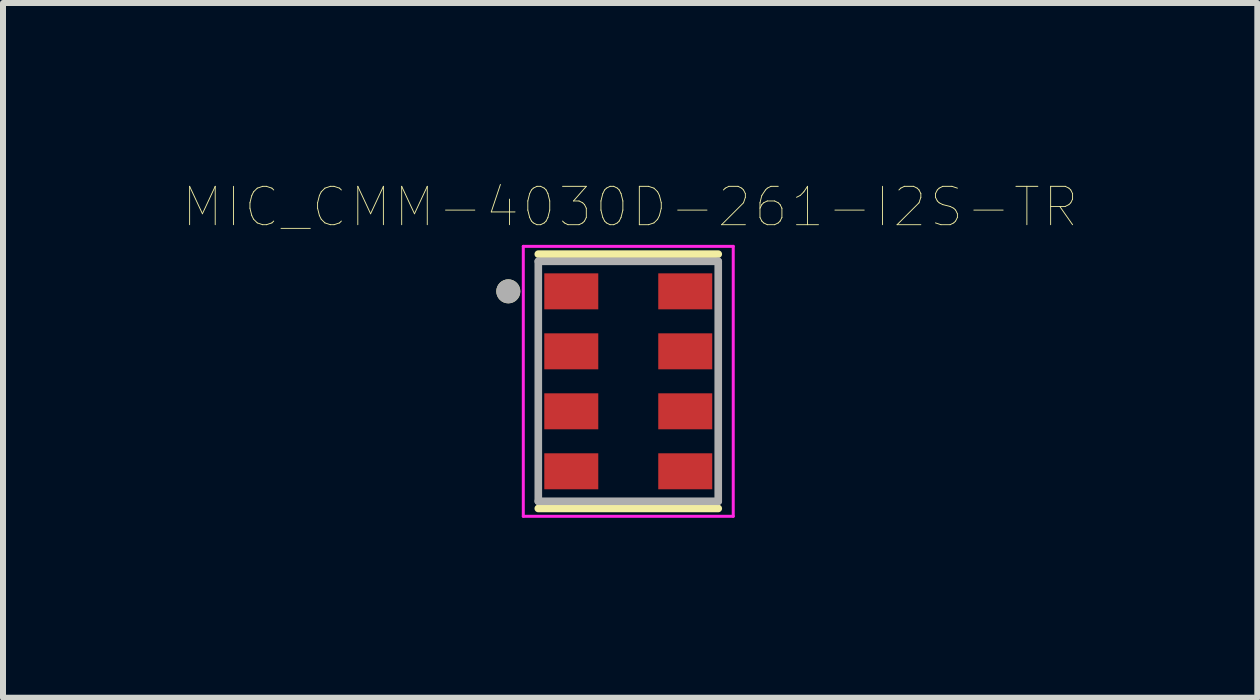
<source format=kicad_pcb>
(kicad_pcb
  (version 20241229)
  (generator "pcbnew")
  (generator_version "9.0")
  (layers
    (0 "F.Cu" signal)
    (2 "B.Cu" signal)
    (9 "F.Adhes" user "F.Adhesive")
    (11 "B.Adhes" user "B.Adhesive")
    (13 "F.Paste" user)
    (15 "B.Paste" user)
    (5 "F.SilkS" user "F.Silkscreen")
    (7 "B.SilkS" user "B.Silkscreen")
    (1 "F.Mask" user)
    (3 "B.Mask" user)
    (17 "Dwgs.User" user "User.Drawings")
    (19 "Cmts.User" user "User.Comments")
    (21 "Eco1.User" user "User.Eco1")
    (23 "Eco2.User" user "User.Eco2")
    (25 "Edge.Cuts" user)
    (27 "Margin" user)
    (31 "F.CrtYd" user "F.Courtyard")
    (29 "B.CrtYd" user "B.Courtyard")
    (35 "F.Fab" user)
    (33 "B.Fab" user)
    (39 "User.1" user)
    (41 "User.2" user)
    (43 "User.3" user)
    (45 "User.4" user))
  (footprint "MIC_CMM-4030D-261-I2S-TR"
    (layer "F.Cu")
    (at 7.424 3.307)
    (property "Reference" "MIC_CMM-4030D-261-I2S-TR" (at 0.032 -2.906 0) (layer "F.SilkS") (effects (font (size 0.64 0.64) (thickness 0.015))))
    (attr through_hole)
    (fp_line (start -1.5 2.12) (end 1.5 2.12) (stroke (width 0.127) (type solid)) (layer "F.SilkS"))
    (fp_line (start 1.5 -2.12) (end -1.5 -2.12) (stroke (width 0.127) (type solid)) (layer "F.SilkS"))
    (fp_circle (center -2 -1.5) (end -1.9 -1.5) (stroke (width 0.2) (type solid)) (fill no) (layer "F.SilkS"))
    (fp_line (start -1.75 -2.25) (end -1.75 2.25) (stroke (width 0.05) (type solid)) (layer "F.CrtYd"))
    (fp_line (start -1.75 2.25) (end 1.75 2.25) (stroke (width 0.05) (type solid)) (layer "F.CrtYd"))
    (fp_line (start 1.75 -2.25) (end -1.75 -2.25) (stroke (width 0.05) (type solid)) (layer "F.CrtYd"))
    (fp_line (start 1.75 2.25) (end 1.75 -2.25) (stroke (width 0.05) (type solid)) (layer "F.CrtYd"))
    (fp_line (start -1.5 -2) (end -1.5 2) (stroke (width 0.127) (type solid)) (layer "F.Fab"))
    (fp_line (start -1.5 2) (end 1.5 2) (stroke (width 0.127) (type solid)) (layer "F.Fab"))
    (fp_line (start 1.5 -2) (end -1.5 -2) (stroke (width 0.127) (type solid)) (layer "F.Fab"))
    (fp_line (start 1.5 2) (end 1.5 -2) (stroke (width 0.127) (type solid)) (layer "F.Fab"))
    (fp_circle (center -2 -1.5) (end -1.9 -1.5) (stroke (width 0.2) (type solid)) (fill no) (layer "F.Fab"))
    (pad "1" smd rect (at -0.95 -1.5) (size 0.9 0.6) (layers "F.Cu" "F.Mask" "F.Paste"))
    (pad "2" smd rect (at -0.95 -0.5) (size 0.9 0.6) (layers "F.Cu" "F.Mask" "F.Paste"))
    (pad "3" smd rect (at -0.95 0.5) (size 0.9 0.6) (layers "F.Cu" "F.Mask" "F.Paste"))
    (pad "4" smd rect (at -0.95 1.5) (size 0.9 0.6) (layers "F.Cu" "F.Mask" "F.Paste"))
    (pad "5" smd rect (at 0.95 1.5) (size 0.9 0.6) (layers "F.Cu" "F.Mask" "F.Paste"))
    (pad "6" smd rect (at 0.95 0.5) (size 0.9 0.6) (layers "F.Cu" "F.Mask" "F.Paste"))
    (pad "7" smd rect (at 0.95 -0.5) (size 0.9 0.6) (layers "F.Cu" "F.Mask" "F.Paste"))
    (pad "8" smd rect (at 0.95 -1.5) (size 0.9 0.6) (layers "F.Cu" "F.Mask" "F.Paste")))
  (gr_rect
    (start -3 -3)
    (end 17.911 8.582)
    (stroke (width 0.1) (type default))
    (fill no)
    (layer "Edge.Cuts")))
</source>
